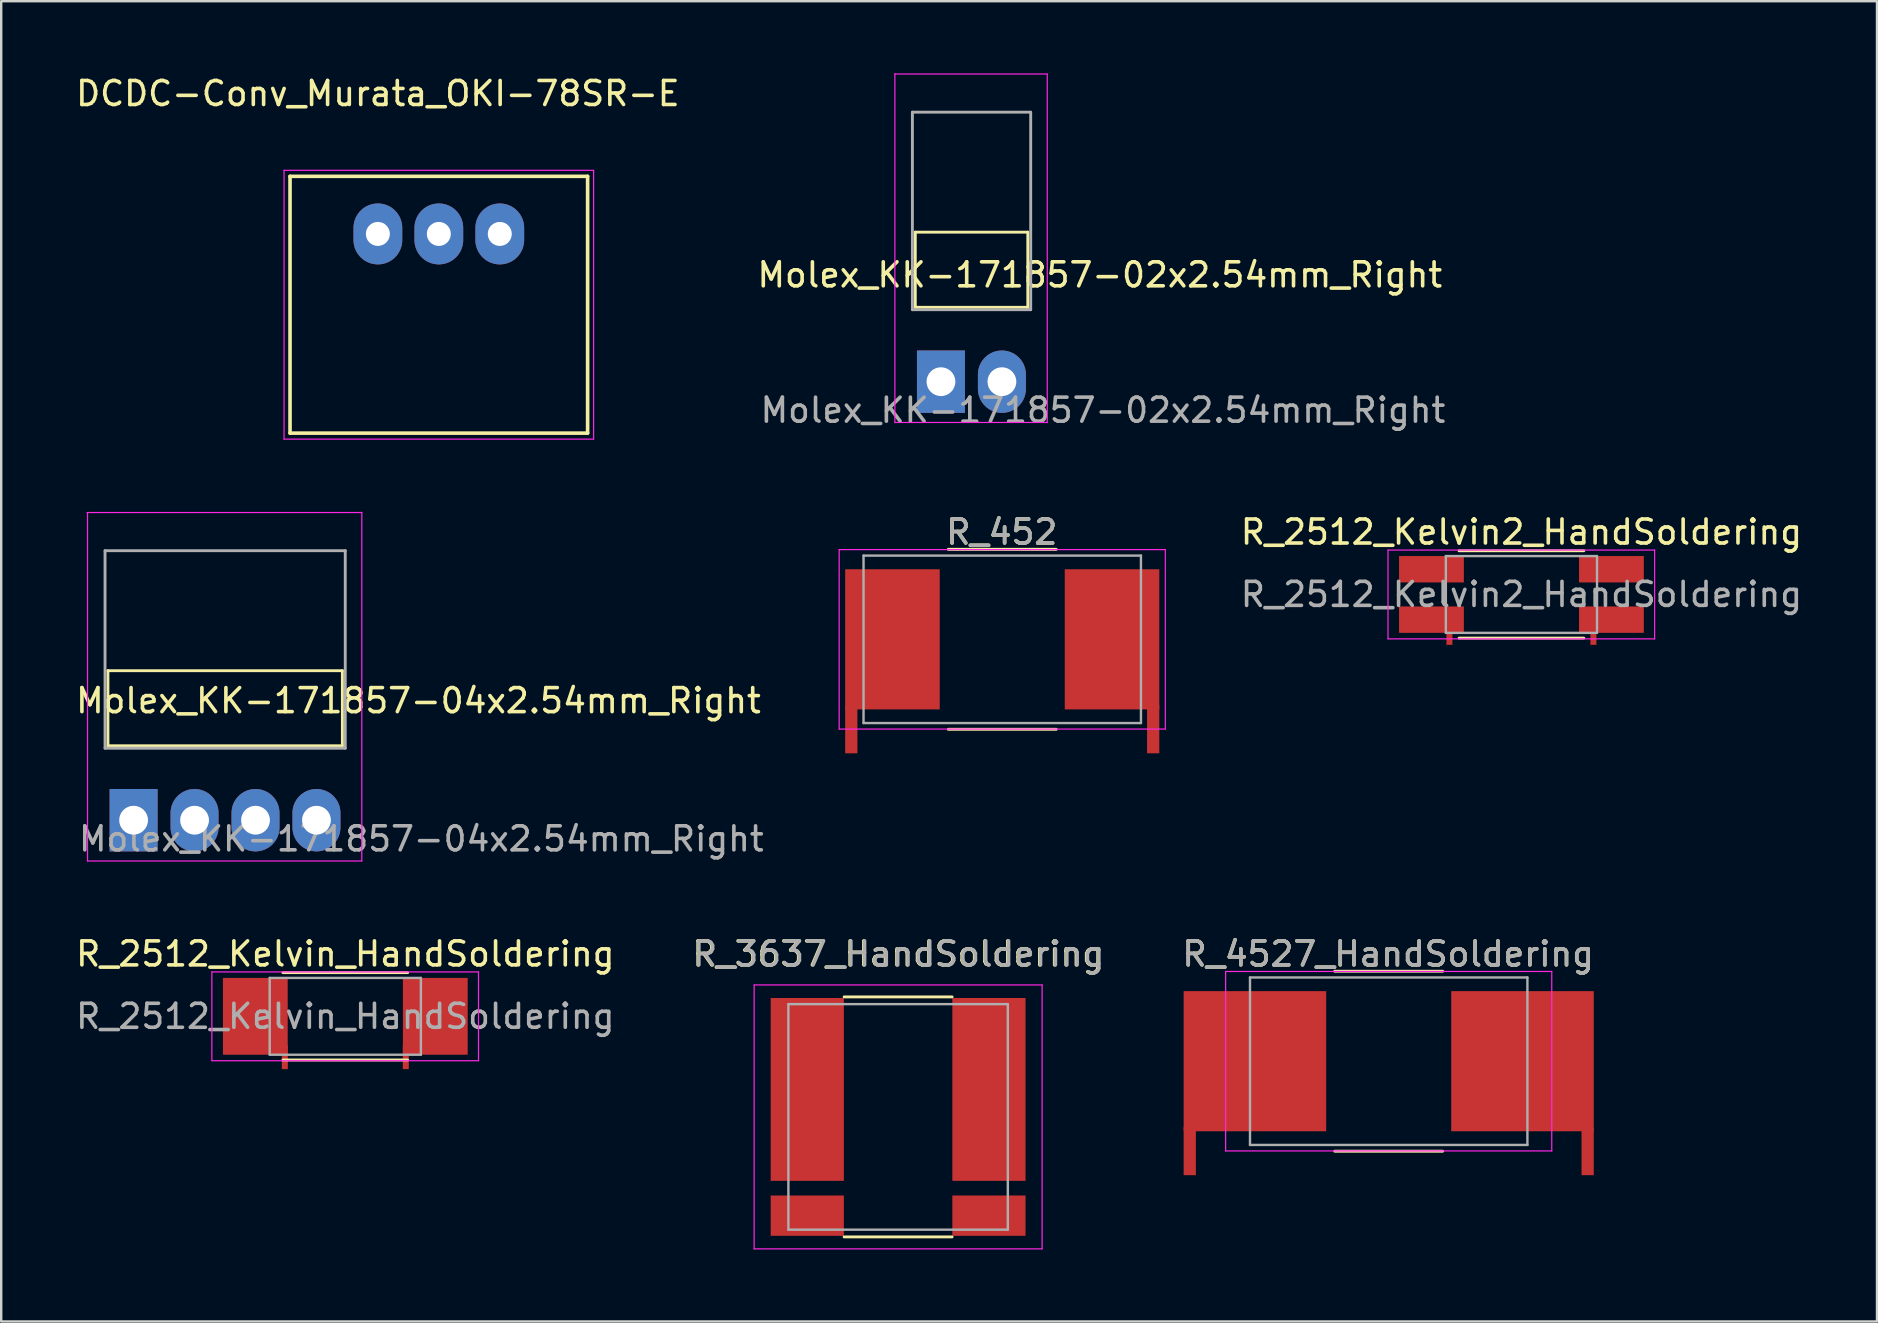
<source format=kicad_pcb>
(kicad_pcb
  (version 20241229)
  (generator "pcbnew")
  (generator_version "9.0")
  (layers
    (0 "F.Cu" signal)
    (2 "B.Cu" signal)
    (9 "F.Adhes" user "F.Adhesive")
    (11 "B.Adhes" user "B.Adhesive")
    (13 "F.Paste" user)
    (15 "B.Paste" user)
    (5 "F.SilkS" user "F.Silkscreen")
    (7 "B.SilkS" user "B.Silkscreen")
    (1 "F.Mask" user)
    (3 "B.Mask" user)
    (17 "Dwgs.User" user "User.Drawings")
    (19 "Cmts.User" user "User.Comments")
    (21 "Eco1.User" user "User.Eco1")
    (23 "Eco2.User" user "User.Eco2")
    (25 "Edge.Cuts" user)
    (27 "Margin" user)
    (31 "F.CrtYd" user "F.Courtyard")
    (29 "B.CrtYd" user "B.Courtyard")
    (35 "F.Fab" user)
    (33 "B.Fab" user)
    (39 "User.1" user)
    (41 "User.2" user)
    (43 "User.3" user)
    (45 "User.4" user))
  (footprint "DCDC-Conv_Murata_OKI-78SR-E"
    (layer "F.Cu")
    (at 12.696 6.698)
    (property "Reference" "DCDC-Conv_Murata_OKI-78SR-E" (at 0 -5.85 0) (layer "F.SilkS") (effects (font (size 1 1) (thickness 0.15))))
    (attr through_hole)
    (fp_line (start -3.66 -2.4) (end 8.74 -2.4) (stroke (width 0.15) (type solid)) (layer "F.SilkS"))
    (fp_line (start -3.66 8.3) (end -3.66 -2.4) (stroke (width 0.15) (type solid)) (layer "F.SilkS"))
    (fp_line (start 8.74 -2.4) (end 8.74 8.3) (stroke (width 0.15) (type solid)) (layer "F.SilkS"))
    (fp_line (start 8.74 8.3) (end -3.66 8.3) (stroke (width 0.15) (type solid)) (layer "F.SilkS"))
    (fp_line (start -3.91 -2.65) (end -3.91 8.55) (stroke (width 0.05) (type solid)) (layer "F.CrtYd"))
    (fp_line (start -3.91 -2.65) (end 8.99 -2.65) (stroke (width 0.05) (type solid)) (layer "F.CrtYd"))
    (fp_line (start -3.91 8.55) (end 8.99 8.55) (stroke (width 0.05) (type solid)) (layer "F.CrtYd"))
    (fp_line (start 8.99 -2.65) (end 8.99 8.55) (stroke (width 0.05) (type solid)) (layer "F.CrtYd"))
    (pad "1" thru_hole oval (at 0 0) (size 2.032 2.54) (drill 1) (layers "*.Cu" "*.Mask"))
    (pad "2" thru_hole oval (at 2.54 0) (size 2.032 2.54) (drill 1) (layers "*.Cu" "*.Mask"))
    (pad "3" thru_hole oval (at 5.08 0) (size 2.032 2.54) (drill 1) (layers "*.Cu" "*.Mask")))
  (footprint "R_2512_Kelvin2_HandSoldering"
    (layer "F.Cu")
    (at 60.349 21.721)
    (property "Reference" "R_2512_Kelvin2_HandSoldering" (at 0 -2.6 0) (layer "F.SilkS") (effects (font (size 1 1) (thickness 0.15))))
    (attr smd)
    (fp_line (start -2.6 -1.82) (end 2.6 -1.82) (stroke (width 0.12) (type solid)) (layer "F.SilkS"))
    (fp_line (start 2.6 1.82) (end -2.6 1.82) (stroke (width 0.12) (type solid)) (layer "F.SilkS"))
    (fp_line (start -5.56 -1.85) (end -5.56 1.85) (stroke (width 0.05) (type solid)) (layer "F.CrtYd"))
    (fp_line (start -5.56 -1.85) (end 5.55 -1.85) (stroke (width 0.05) (type solid)) (layer "F.CrtYd"))
    (fp_line (start 5.55 1.85) (end -5.56 1.85) (stroke (width 0.05) (type solid)) (layer "F.CrtYd"))
    (fp_line (start 5.55 1.85) (end 5.55 -1.85) (stroke (width 0.05) (type solid)) (layer "F.CrtYd"))
    (fp_line (start -3.15 -1.6) (end 3.15 -1.6) (stroke (width 0.1) (type solid)) (layer "F.Fab"))
    (fp_line (start -3.15 1.6) (end -3.15 -1.6) (stroke (width 0.1) (type solid)) (layer "F.Fab"))
    (fp_line (start 3.15 -1.6) (end 3.15 1.6) (stroke (width 0.1) (type solid)) (layer "F.Fab"))
    (fp_line (start 3.15 1.6) (end -3.15 1.6) (stroke (width 0.1) (type solid)) (layer "F.Fab"))
    (fp_text user "${REFERENCE}" (at 0 0 0) (layer "F.Fab") (effects (font (size 1 1) (thickness 0.15))))
    (pad "1" smd rect (at -3.75 -1.05) (size 2.7 1.1) (layers "F.Cu" "F.Mask" "F.Paste"))
    (pad "1" smd rect (at -3.75 1.05) (size 2.7 1.1) (layers "F.Cu" "F.Mask" "F.Paste"))
    (pad "1" smd rect (at -3 1.6) (size 0.25 1) (layers "F.Cu" "F.Mask" "F.Paste"))
    (pad "2" smd rect (at 3 1.6) (size 0.25 1) (layers "F.Cu" "F.Mask" "F.Paste"))
    (pad "2" smd rect (at 3.75 -1.05) (size 2.7 1.1) (layers "F.Cu" "F.Mask" "F.Paste"))
    (pad "2" smd rect (at 3.75 1.05) (size 2.7 1.1) (layers "F.Cu" "F.Mask" "F.Paste")))
  (footprint "Molex_KK-171857-02x2.54mm_Right"
    (layer "F.Cu")
    (at 36.16 12.855)
    (property "Reference" "Molex_KK-171857-02x2.54mm_Right" (at 6.62 -4.45 0) (layer "F.SilkS") (effects (font (size 1 1) (thickness 0.15))))
    (attr through_hole)
    (fp_line (start -1.07 -6.23) (end -1.07 -3.1) (stroke (width 0.12) (type solid)) (layer "F.SilkS"))
    (fp_line (start -1.07 -3.1) (end 3.62 -3.1) (stroke (width 0.12) (type solid)) (layer "F.SilkS"))
    (fp_line (start 3.62 -6.23) (end -1.07 -6.23) (stroke (width 0.12) (type solid)) (layer "F.SilkS"))
    (fp_line (start 3.62 -6.23) (end 3.62 -3.1) (stroke (width 0.12) (type solid)) (layer "F.SilkS"))
    (fp_line (start -1.94 -12.82) (end 4.41 -12.82) (stroke (width 0.05) (type solid)) (layer "F.CrtYd"))
    (fp_line (start -1.92 1.7) (end -1.92 -12.82) (stroke (width 0.05) (type solid)) (layer "F.CrtYd"))
    (fp_line (start 4.43 -12.83) (end 4.43 1.7) (stroke (width 0.05) (type solid)) (layer "F.CrtYd"))
    (fp_line (start 4.43 1.7) (end -1.92 1.7) (stroke (width 0.05) (type solid)) (layer "F.CrtYd"))
    (fp_line (start -1.19 -11.23) (end -1.19 -3) (stroke (width 0.12) (type solid)) (layer "F.Fab"))
    (fp_line (start -1.19 -3) (end 3.74 -3) (stroke (width 0.12) (type solid)) (layer "F.Fab"))
    (fp_line (start 3.74 -11.23) (end -1.19 -11.23) (stroke (width 0.12) (type solid)) (layer "F.Fab"))
    (fp_line (start 3.74 -11.23) (end 3.74 -3) (stroke (width 0.12) (type solid)) (layer "F.Fab"))
    (fp_text user "${REFERENCE}" (at 6.75 1.19 0) (layer "F.Fab") (effects (font (size 1 1) (thickness 0.15))))
    (pad "1" thru_hole rect (at 0 0) (size 2 2.6) (drill 1.2) (layers "*.Cu" "*.Mask"))
    (pad "2" thru_hole oval (at 2.54 0) (size 2 2.6) (drill 1.2) (layers "*.Cu" "*.Mask")))
  (footprint "R_452"
    (layer "F.Cu")
    (at 38.714 23.591)
    (property "Reference" "R_452" (at -0.02 -4.47 0) (layer "F.SilkS") (effects (font (size 1 1) (thickness 0.15))))
    (attr smd)
    (fp_line (start -2.25 -3.75) (end 2.25 -3.75) (stroke (width 0.12) (type solid)) (layer "F.SilkS"))
    (fp_line (start -2.25 3.75) (end 2.25 3.75) (stroke (width 0.12) (type solid)) (layer "F.SilkS"))
    (fp_line (start -6.795 -3.74) (end -6.795 3.74) (stroke (width 0.05) (type solid)) (layer "F.CrtYd"))
    (fp_line (start -6.795 -3.74) (end 6.795 -3.74) (stroke (width 0.05) (type solid)) (layer "F.CrtYd"))
    (fp_line (start 6.795 3.74) (end -6.795 3.74) (stroke (width 0.05) (type solid)) (layer "F.CrtYd"))
    (fp_line (start 6.795 3.74) (end 6.795 -3.74) (stroke (width 0.05) (type solid)) (layer "F.CrtYd"))
    (fp_line (start -5.78 -3.49) (end 5.78 -3.49) (stroke (width 0.1) (type solid)) (layer "F.Fab"))
    (fp_line (start -5.78 3.49) (end -5.78 -3.49) (stroke (width 0.1) (type solid)) (layer "F.Fab"))
    (fp_line (start -5.78 3.49) (end 5.78 3.49) (stroke (width 0.1) (type solid)) (layer "F.Fab"))
    (fp_line (start 5.78 3.49) (end 5.78 -3.49) (stroke (width 0.1) (type solid)) (layer "F.Fab"))
    (fp_text user "${REFERENCE}" (at -0.02 -4.47 0) (layer "F.Fab") (effects (font (size 1 1) (thickness 0.15))))
    (pad "1" smd rect (at -6.29 3.75) (size 0.51 2) (layers "F.Cu" "F.Mask" "F.Paste"))
    (pad "1" smd rect (at -4.575 0) (size 3.94 5.84) (layers "F.Cu" "F.Mask" "F.Paste"))
    (pad "2" smd rect (at 4.575 0) (size 3.94 5.84) (layers "F.Cu" "F.Mask" "F.Paste"))
    (pad "2" smd rect (at 6.29 3.75) (size 0.51 2) (layers "F.Cu" "F.Mask" "F.Paste")))
  (footprint "R_4527_HandSoldering"
    (layer "F.Cu")
    (at 54.818 41.171)
    (property "Reference" "R_4527_HandSoldering" (at -0.02 -4.47 0) (layer "F.SilkS") (effects (font (size 1 1) (thickness 0.15))))
    (attr smd)
    (fp_line (start -2.25 -3.75) (end 2.25 -3.75) (stroke (width 0.12) (type solid)) (layer "F.SilkS"))
    (fp_line (start -2.25 3.75) (end 2.25 3.75) (stroke (width 0.12) (type solid)) (layer "F.SilkS"))
    (fp_line (start -6.795 -3.74) (end -6.795 3.74) (stroke (width 0.05) (type solid)) (layer "F.CrtYd"))
    (fp_line (start -6.795 -3.74) (end 6.795 -3.74) (stroke (width 0.05) (type solid)) (layer "F.CrtYd"))
    (fp_line (start 6.795 3.74) (end -6.795 3.74) (stroke (width 0.05) (type solid)) (layer "F.CrtYd"))
    (fp_line (start 6.795 3.74) (end 6.795 -3.74) (stroke (width 0.05) (type solid)) (layer "F.CrtYd"))
    (fp_line (start -5.78 -3.49) (end 5.78 -3.49) (stroke (width 0.1) (type solid)) (layer "F.Fab"))
    (fp_line (start -5.78 3.49) (end -5.78 -3.49) (stroke (width 0.1) (type solid)) (layer "F.Fab"))
    (fp_line (start -5.78 3.49) (end 5.78 3.49) (stroke (width 0.1) (type solid)) (layer "F.Fab"))
    (fp_line (start 5.78 3.49) (end 5.78 -3.49) (stroke (width 0.1) (type solid)) (layer "F.Fab"))
    (fp_text user "${REFERENCE}" (at -0.02 -4.47 0) (layer "F.Fab") (effects (font (size 1 1) (thickness 0.15))))
    (pad "1" smd rect (at -8.29 3.75) (size 0.51 2) (layers "F.Cu" "F.Mask" "F.Paste"))
    (pad "1" smd rect (at -5.575 0) (size 5.94 5.84) (layers "F.Cu" "F.Mask" "F.Paste"))
    (pad "2" smd rect (at 5.575 0) (size 5.94 5.84) (layers "F.Cu" "F.Mask" "F.Paste"))
    (pad "2" smd rect (at 8.29 3.75) (size 0.51 2) (layers "F.Cu" "F.Mask" "F.Paste")))
  (footprint "R_2512_Kelvin_HandSoldering"
    (layer "F.Cu")
    (at 11.339 39.301)
    (property "Reference" "R_2512_Kelvin_HandSoldering" (at 0 -2.6 0) (layer "F.SilkS") (effects (font (size 1 1) (thickness 0.15))))
    (attr smd)
    (fp_line (start -2.6 -1.82) (end 2.6 -1.82) (stroke (width 0.12) (type solid)) (layer "F.SilkS"))
    (fp_line (start 2.6 1.82) (end -2.6 1.82) (stroke (width 0.12) (type solid)) (layer "F.SilkS"))
    (fp_line (start -5.56 -1.85) (end -5.56 1.85) (stroke (width 0.05) (type solid)) (layer "F.CrtYd"))
    (fp_line (start -5.56 -1.85) (end 5.55 -1.85) (stroke (width 0.05) (type solid)) (layer "F.CrtYd"))
    (fp_line (start 5.55 1.85) (end -5.56 1.85) (stroke (width 0.05) (type solid)) (layer "F.CrtYd"))
    (fp_line (start 5.55 1.85) (end 5.55 -1.85) (stroke (width 0.05) (type solid)) (layer "F.CrtYd"))
    (fp_line (start -3.15 -1.6) (end 3.15 -1.6) (stroke (width 0.1) (type solid)) (layer "F.Fab"))
    (fp_line (start -3.15 1.6) (end -3.15 -1.6) (stroke (width 0.1) (type solid)) (layer "F.Fab"))
    (fp_line (start 3.15 -1.6) (end 3.15 1.6) (stroke (width 0.1) (type solid)) (layer "F.Fab"))
    (fp_line (start 3.15 1.6) (end -3.15 1.6) (stroke (width 0.1) (type solid)) (layer "F.Fab"))
    (fp_text user "${REFERENCE}" (at 0 0 0) (layer "F.Fab") (effects (font (size 1 1) (thickness 0.15))))
    (pad "1" smd rect (at -3.75 0) (size 2.7 3.2) (layers "F.Cu" "F.Mask" "F.Paste"))
    (pad "1" smd rect (at -2.52 1.7) (size 0.25 1) (layers "F.Cu" "F.Mask" "F.Paste"))
    (pad "2" smd rect (at 2.52 1.7) (size 0.25 1) (layers "F.Cu" "F.Mask" "F.Paste"))
    (pad "2" smd rect (at 3.75 0) (size 2.7 3.2) (layers "F.Cu" "F.Mask" "F.Paste")))
  (footprint "Molex_KK-171857-04x2.54mm_Right"
    (layer "F.Cu")
    (at 2.517 31.128)
    (property "Reference" "Molex_KK-171857-04x2.54mm_Right" (at 11.87 -4.98 0) (layer "F.SilkS") (effects (font (size 1 1) (thickness 0.15))))
    (attr through_hole)
    (fp_line (start -1.07 -6.23) (end -1.07 -3.1) (stroke (width 0.12) (type solid)) (layer "F.SilkS"))
    (fp_line (start -1.07 -3.1) (end 8.7 -3.1) (stroke (width 0.12) (type solid)) (layer "F.SilkS"))
    (fp_line (start 8.7 -6.23) (end -1.07 -6.23) (stroke (width 0.12) (type solid)) (layer "F.SilkS"))
    (fp_line (start 8.7 -6.23) (end 8.7 -3.1) (stroke (width 0.12) (type solid)) (layer "F.SilkS"))
    (fp_line (start -1.94 -12.82) (end 9.51 -12.82) (stroke (width 0.05) (type solid)) (layer "F.CrtYd"))
    (fp_line (start -1.92 1.7) (end -1.92 -12.82) (stroke (width 0.05) (type solid)) (layer "F.CrtYd"))
    (fp_line (start 9.51 -12.83) (end 9.51 1.7) (stroke (width 0.05) (type solid)) (layer "F.CrtYd"))
    (fp_line (start 9.51 1.7) (end -1.92 1.7) (stroke (width 0.05) (type solid)) (layer "F.CrtYd"))
    (fp_line (start -1.19 -11.23) (end -1.19 -3) (stroke (width 0.12) (type solid)) (layer "F.Fab"))
    (fp_line (start -1.19 -3) (end 8.82 -3) (stroke (width 0.12) (type solid)) (layer "F.Fab"))
    (fp_line (start 8.82 -11.23) (end -1.19 -11.23) (stroke (width 0.12) (type solid)) (layer "F.Fab"))
    (fp_line (start 8.82 -11.23) (end 8.82 -3) (stroke (width 0.12) (type solid)) (layer "F.Fab"))
    (fp_text user "${REFERENCE}" (at 11.99 0.78 0) (layer "F.Fab") (effects (font (size 1 1) (thickness 0.15))))
    (pad "1" thru_hole rect (at 0 0) (size 2 2.6) (drill 1.2) (layers "*.Cu" "*.Mask"))
    (pad "2" thru_hole oval (at 2.54 0) (size 2 2.6) (drill 1.2) (layers "*.Cu" "*.Mask"))
    (pad "3" thru_hole oval (at 5.08 0) (size 2 2.6) (drill 1.2) (layers "*.Cu" "*.Mask"))
    (pad "4" thru_hole oval (at 7.62 0) (size 2 2.6) (drill 1.2) (layers "*.Cu" "*.Mask")))
  (footprint "R_3637_HandSoldering"
    (layer "F.Cu")
    (at 34.375 43.492)
    (property "Reference" "R_3637_HandSoldering" (at 0 -6.79 0) (layer "F.SilkS") (effects (font (size 1 1) (thickness 0.15))))
    (attr smd)
    (fp_line (start -2.25 -5) (end 2.25 -5) (stroke (width 0.12) (type solid)) (layer "F.SilkS"))
    (fp_line (start -2.25 5) (end 2.25 5) (stroke (width 0.12) (type solid)) (layer "F.SilkS"))
    (fp_line (start -6 -5.5) (end -6 5.5) (stroke (width 0.05) (type solid)) (layer "F.CrtYd"))
    (fp_line (start -6 -5.5) (end 6 -5.5) (stroke (width 0.05) (type solid)) (layer "F.CrtYd"))
    (fp_line (start 6 5.5) (end -6 5.5) (stroke (width 0.05) (type solid)) (layer "F.CrtYd"))
    (fp_line (start 6 5.5) (end 6 -5.5) (stroke (width 0.05) (type solid)) (layer "F.CrtYd"))
    (fp_line (start -4.572 -4.699) (end 4.572 -4.699) (stroke (width 0.1) (type solid)) (layer "F.Fab"))
    (fp_line (start -4.572 4.699) (end -4.572 -4.699) (stroke (width 0.1) (type solid)) (layer "F.Fab"))
    (fp_line (start -4.572 4.699) (end 4.572 4.699) (stroke (width 0.1) (type solid)) (layer "F.Fab"))
    (fp_line (start 4.572 4.699) (end 4.572 -4.699) (stroke (width 0.1) (type solid)) (layer "F.Fab"))
    (fp_text user "${REFERENCE}" (at 0.03 -6.79 0) (layer "F.Fab") (effects (font (size 1 1) (thickness 0.15))))
    (pad "1" smd rect (at -3.785 -1.145) (size 3.05 7.62) (layers "F.Cu" "F.Mask" "F.Paste"))
    (pad "1" smd rect (at -3.785 4.115) (size 3.05 1.68) (layers "F.Cu" "F.Mask" "F.Paste"))
    (pad "2" smd rect (at 3.785 -1.145) (size 3.05 7.62) (layers "F.Cu" "F.Mask" "F.Paste"))
    (pad "2" smd rect (at 3.785 4.115) (size 3.05 1.68) (layers "F.Cu" "F.Mask" "F.Paste")))
  (gr_rect
    (start -3 -3)
    (end 75.165 52.017)
    (stroke (width 0.1) (type default))
    (fill no)
    (layer "Edge.Cuts")))
</source>
